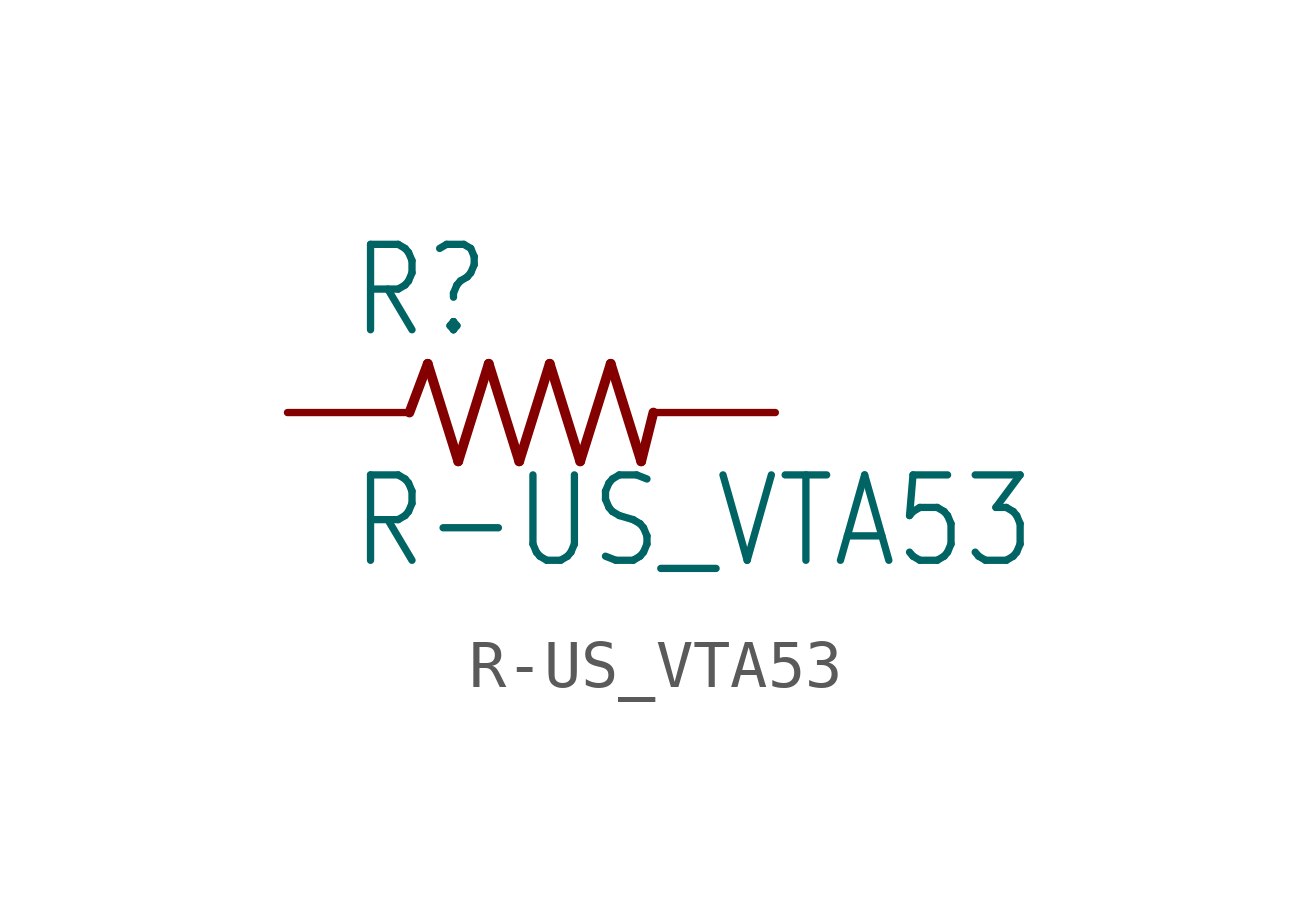
<source format=kicad_sym>
(kicad_symbol_lib
  (version 20211014)
  (generator kicad_symbol_editor)
  (symbol "R-US_VTA53"
    (property "Reference" "R"
      (at -3.81 1.499 0)
      (effects (font (size 1.778 1.511)) (justify left bottom)))
    (property "Value" "R-US_VTA53"
      (at -3.81 -3.302 0)
      (effects (font (size 1.778 1.511)) (justify left bottom)))
    (property "ki_locked" ""
      (at 0 0 0)
      (effects (font (size 1.27 1.27))))
    (symbol "R-US_VTA53_1_0"
      (polyline (pts (xy -2.54 0) (xy -2.159 1.016)) (stroke (width 0.203) (type default) (color 0 0 0 0)) (fill (type none)))
      (polyline (pts (xy -2.159 1.016) (xy -1.524 -1.016)) (stroke (width 0.203) (type default) (color 0 0 0 0)) (fill (type none)))
      (polyline (pts (xy -1.524 -1.016) (xy -0.889 1.016)) (stroke (width 0.203) (type default) (color 0 0 0 0)) (fill (type none)))
      (polyline (pts (xy -0.889 1.016) (xy -0.254 -1.016)) (stroke (width 0.203) (type default) (color 0 0 0 0)) (fill (type none)))
      (polyline (pts (xy -0.254 -1.016) (xy 0.381 1.016)) (stroke (width 0.203) (type default) (color 0 0 0 0)) (fill (type none)))
      (polyline (pts (xy 0.381 1.016) (xy 1.016 -1.016)) (stroke (width 0.203) (type default) (color 0 0 0 0)) (fill (type none)))
      (polyline (pts (xy 1.016 -1.016) (xy 1.651 1.016)) (stroke (width 0.203) (type default) (color 0 0 0 0)) (fill (type none)))
      (polyline (pts (xy 1.651 1.016) (xy 2.286 -1.016)) (stroke (width 0.203) (type default) (color 0 0 0 0)) (fill (type none)))
      (polyline (pts (xy 2.286 -1.016) (xy 2.54 0)) (stroke (width 0.203) (type default) (color 0 0 0 0)) (fill (type none)))
      (pin passive line (at -5.08 0 0) (length 2.54) (name "1" (effects (font (size 0 0)))) (number "1" (effects (font (size 0 0)))))
      (pin passive line (at 5.08 0 180) (length 2.54) (name "2" (effects (font (size 0 0)))) (number "2" (effects (font (size 0 0))))))))
</source>
